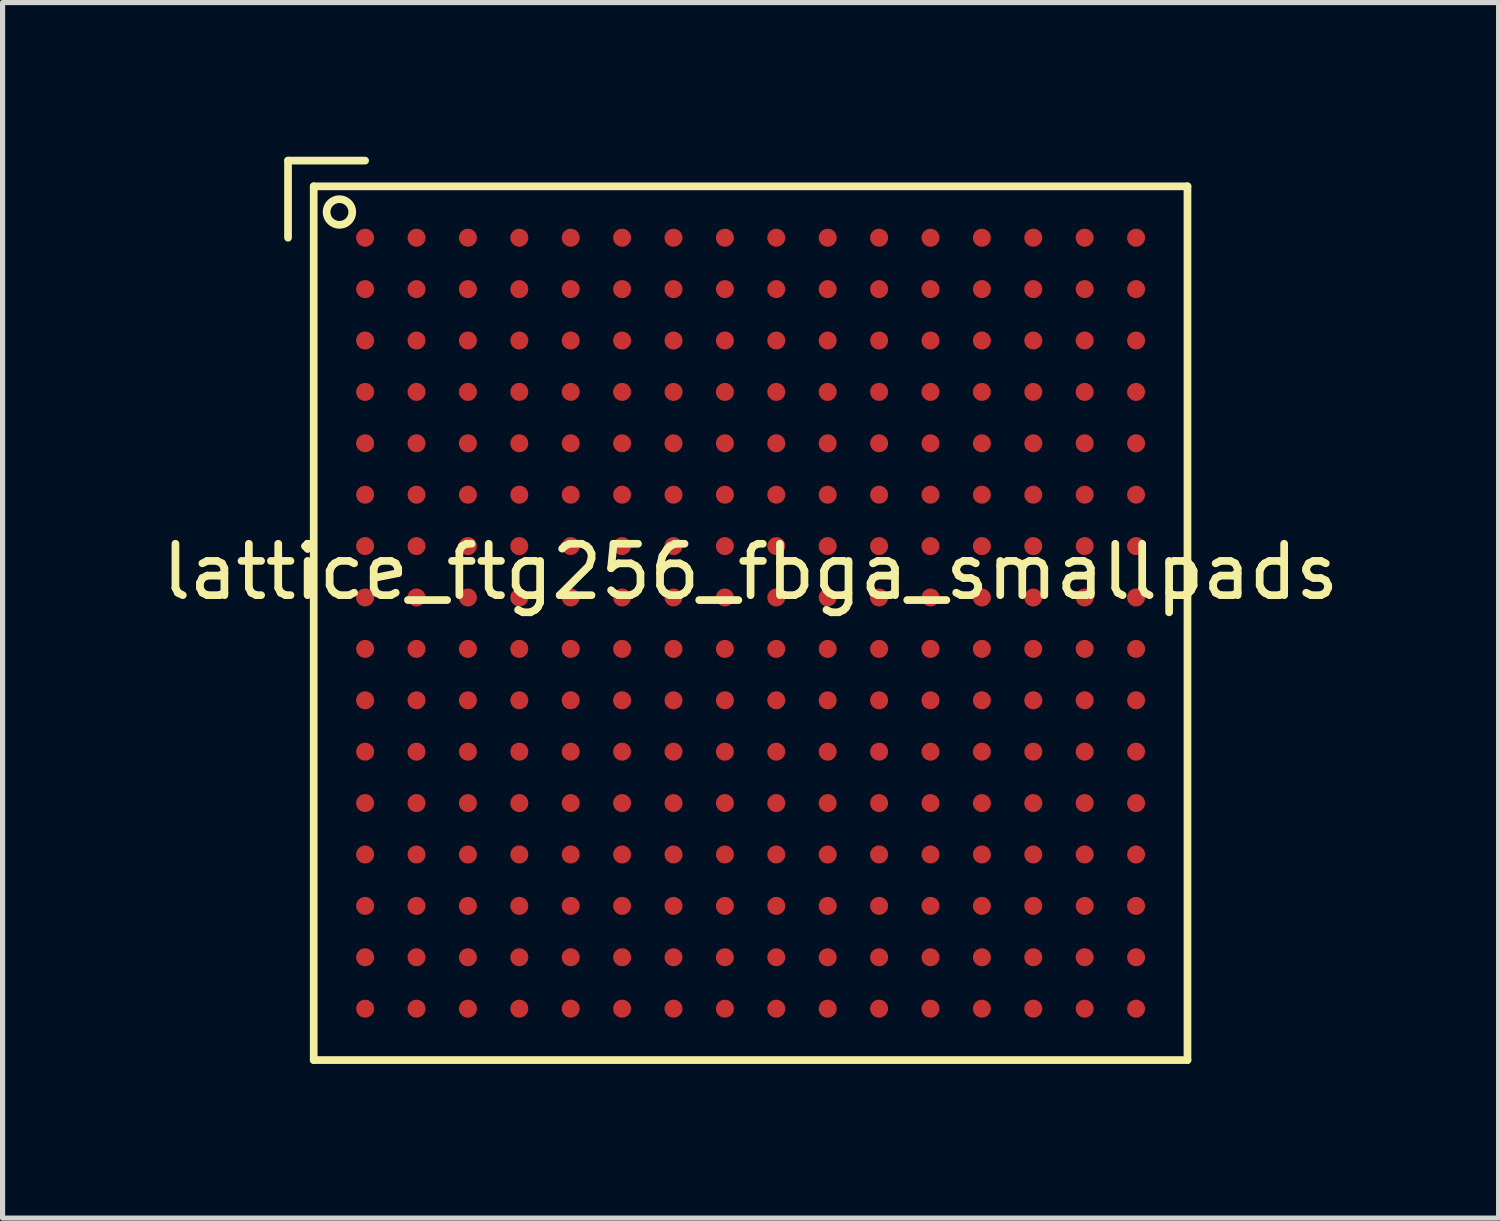
<source format=kicad_pcb>
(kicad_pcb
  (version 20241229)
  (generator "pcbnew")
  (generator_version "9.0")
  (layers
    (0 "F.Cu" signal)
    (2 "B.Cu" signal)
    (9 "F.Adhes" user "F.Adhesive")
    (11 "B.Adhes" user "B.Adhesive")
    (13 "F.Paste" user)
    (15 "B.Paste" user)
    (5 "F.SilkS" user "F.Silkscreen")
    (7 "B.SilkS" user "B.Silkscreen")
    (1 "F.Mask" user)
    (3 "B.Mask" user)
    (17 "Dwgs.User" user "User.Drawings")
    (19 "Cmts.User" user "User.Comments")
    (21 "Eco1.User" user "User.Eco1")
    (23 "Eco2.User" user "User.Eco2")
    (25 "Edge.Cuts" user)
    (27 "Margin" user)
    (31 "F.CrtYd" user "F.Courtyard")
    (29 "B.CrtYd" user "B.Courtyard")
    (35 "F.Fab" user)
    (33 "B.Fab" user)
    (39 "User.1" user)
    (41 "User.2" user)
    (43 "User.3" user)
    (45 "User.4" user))
  (footprint "lattice_ftg256_fbga_smallpads"
    (layer "F.Cu")
    (at 11.554 9.075)
    (property "Reference" "lattice_ftg256_fbga_smallpads" (at 0 -1 0) (layer "F.SilkS") (effects (font (size 1 1) (thickness 0.15))))
    (attr through_hole)
    (fp_line (start -9 -9) (end -9 -7.5) (stroke (width 0.15) (type solid)) (layer "F.SilkS"))
    (fp_line (start -9 -9) (end -7.5 -9) (stroke (width 0.15) (type solid)) (layer "F.SilkS"))
    (fp_line (start -8.5 -8.5) (end -8.5 8.5) (stroke (width 0.15) (type solid)) (layer "F.SilkS"))
    (fp_line (start -8.5 8.5) (end 8.5 8.5) (stroke (width 0.15) (type solid)) (layer "F.SilkS"))
    (fp_line (start 8.5 -8.5) (end -8.5 -8.5) (stroke (width 0.15) (type solid)) (layer "F.SilkS"))
    (fp_line (start 8.5 8.5) (end 8.5 -8.5) (stroke (width 0.15) (type solid)) (layer "F.SilkS"))
    (fp_circle (center -8 -8) (end -8 -7.75) (stroke (width 0.15) (type solid)) (fill no) (layer "F.SilkS"))
    (pad "A1" smd circle (at -7.5 -7.5) (size 0.35 0.35) (layers "F.Cu" "F.Mask" "F.Paste"))
    (pad "A2" smd circle (at -6.5 -7.5) (size 0.35 0.35) (layers "F.Cu" "F.Mask" "F.Paste"))
    (pad "A3" smd circle (at -5.5 -7.5) (size 0.35 0.35) (layers "F.Cu" "F.Mask" "F.Paste"))
    (pad "A4" smd circle (at -4.5 -7.5) (size 0.35 0.35) (layers "F.Cu" "F.Mask" "F.Paste"))
    (pad "A5" smd circle (at -3.5 -7.5) (size 0.35 0.35) (layers "F.Cu" "F.Mask" "F.Paste"))
    (pad "A6" smd circle (at -2.5 -7.5) (size 0.35 0.35) (layers "F.Cu" "F.Mask" "F.Paste"))
    (pad "A7" smd circle (at -1.5 -7.5) (size 0.35 0.35) (layers "F.Cu" "F.Mask" "F.Paste"))
    (pad "A8" smd circle (at -0.5 -7.5) (size 0.35 0.35) (layers "F.Cu" "F.Mask" "F.Paste"))
    (pad "A9" smd circle (at 0.5 -7.5) (size 0.35 0.35) (layers "F.Cu" "F.Mask" "F.Paste"))
    (pad "A10" smd circle (at 1.5 -7.5) (size 0.35 0.35) (layers "F.Cu" "F.Mask" "F.Paste"))
    (pad "A11" smd circle (at 2.5 -7.5) (size 0.35 0.35) (layers "F.Cu" "F.Mask" "F.Paste"))
    (pad "A12" smd circle (at 3.5 -7.5) (size 0.35 0.35) (layers "F.Cu" "F.Mask" "F.Paste"))
    (pad "A13" smd circle (at 4.5 -7.5) (size 0.35 0.35) (layers "F.Cu" "F.Mask" "F.Paste"))
    (pad "A14" smd circle (at 5.5 -7.5) (size 0.35 0.35) (layers "F.Cu" "F.Mask" "F.Paste"))
    (pad "A15" smd circle (at 6.5 -7.5) (size 0.35 0.35) (layers "F.Cu" "F.Mask" "F.Paste"))
    (pad "A16" smd circle (at 7.5 -7.5) (size 0.35 0.35) (layers "F.Cu" "F.Mask" "F.Paste"))
    (pad "B1" smd circle (at -7.5 -6.5) (size 0.35 0.35) (layers "F.Cu" "F.Mask" "F.Paste"))
    (pad "B2" smd circle (at -6.5 -6.5) (size 0.35 0.35) (layers "F.Cu" "F.Mask" "F.Paste"))
    (pad "B3" smd circle (at -5.5 -6.5) (size 0.35 0.35) (layers "F.Cu" "F.Mask" "F.Paste"))
    (pad "B4" smd circle (at -4.5 -6.5) (size 0.35 0.35) (layers "F.Cu" "F.Mask" "F.Paste"))
    (pad "B5" smd circle (at -3.5 -6.5) (size 0.35 0.35) (layers "F.Cu" "F.Mask" "F.Paste"))
    (pad "B6" smd circle (at -2.5 -6.5) (size 0.35 0.35) (layers "F.Cu" "F.Mask" "F.Paste"))
    (pad "B7" smd circle (at -1.5 -6.5) (size 0.35 0.35) (layers "F.Cu" "F.Mask" "F.Paste"))
    (pad "B8" smd circle (at -0.5 -6.5) (size 0.35 0.35) (layers "F.Cu" "F.Mask" "F.Paste"))
    (pad "B9" smd circle (at 0.5 -6.5) (size 0.35 0.35) (layers "F.Cu" "F.Mask" "F.Paste"))
    (pad "B10" smd circle (at 1.5 -6.5) (size 0.35 0.35) (layers "F.Cu" "F.Mask" "F.Paste"))
    (pad "B11" smd circle (at 2.5 -6.5) (size 0.35 0.35) (layers "F.Cu" "F.Mask" "F.Paste"))
    (pad "B12" smd circle (at 3.5 -6.5) (size 0.35 0.35) (layers "F.Cu" "F.Mask" "F.Paste"))
    (pad "B13" smd circle (at 4.5 -6.5) (size 0.35 0.35) (layers "F.Cu" "F.Mask" "F.Paste"))
    (pad "B14" smd circle (at 5.5 -6.5) (size 0.35 0.35) (layers "F.Cu" "F.Mask" "F.Paste"))
    (pad "B15" smd circle (at 6.5 -6.5) (size 0.35 0.35) (layers "F.Cu" "F.Mask" "F.Paste"))
    (pad "B16" smd circle (at 7.5 -6.5) (size 0.35 0.35) (layers "F.Cu" "F.Mask" "F.Paste"))
    (pad "C1" smd circle (at -7.5 -5.5) (size 0.35 0.35) (layers "F.Cu" "F.Mask" "F.Paste"))
    (pad "C2" smd circle (at -6.5 -5.5) (size 0.35 0.35) (layers "F.Cu" "F.Mask" "F.Paste"))
    (pad "C3" smd circle (at -5.5 -5.5) (size 0.35 0.35) (layers "F.Cu" "F.Mask" "F.Paste"))
    (pad "C4" smd circle (at -4.5 -5.5) (size 0.35 0.35) (layers "F.Cu" "F.Mask" "F.Paste"))
    (pad "C5" smd circle (at -3.5 -5.5) (size 0.35 0.35) (layers "F.Cu" "F.Mask" "F.Paste"))
    (pad "C6" smd circle (at -2.5 -5.5) (size 0.35 0.35) (layers "F.Cu" "F.Mask" "F.Paste"))
    (pad "C7" smd circle (at -1.5 -5.5) (size 0.35 0.35) (layers "F.Cu" "F.Mask" "F.Paste"))
    (pad "C8" smd circle (at -0.5 -5.5) (size 0.35 0.35) (layers "F.Cu" "F.Mask" "F.Paste"))
    (pad "C9" smd circle (at 0.5 -5.5) (size 0.35 0.35) (layers "F.Cu" "F.Mask" "F.Paste"))
    (pad "C10" smd circle (at 1.5 -5.5) (size 0.35 0.35) (layers "F.Cu" "F.Mask" "F.Paste"))
    (pad "C11" smd circle (at 2.5 -5.5) (size 0.35 0.35) (layers "F.Cu" "F.Mask" "F.Paste"))
    (pad "C12" smd circle (at 3.5 -5.5) (size 0.35 0.35) (layers "F.Cu" "F.Mask" "F.Paste"))
    (pad "C13" smd circle (at 4.5 -5.5) (size 0.35 0.35) (layers "F.Cu" "F.Mask" "F.Paste"))
    (pad "C14" smd circle (at 5.5 -5.5) (size 0.35 0.35) (layers "F.Cu" "F.Mask" "F.Paste"))
    (pad "C15" smd circle (at 6.5 -5.5) (size 0.35 0.35) (layers "F.Cu" "F.Mask" "F.Paste"))
    (pad "C16" smd circle (at 7.5 -5.5) (size 0.35 0.35) (layers "F.Cu" "F.Mask" "F.Paste"))
    (pad "D1" smd circle (at -7.5 -4.5) (size 0.35 0.35) (layers "F.Cu" "F.Mask" "F.Paste"))
    (pad "D2" smd circle (at -6.5 -4.5) (size 0.35 0.35) (layers "F.Cu" "F.Mask" "F.Paste"))
    (pad "D3" smd circle (at -5.5 -4.5) (size 0.35 0.35) (layers "F.Cu" "F.Mask" "F.Paste"))
    (pad "D4" smd circle (at -4.5 -4.5) (size 0.35 0.35) (layers "F.Cu" "F.Mask" "F.Paste"))
    (pad "D5" smd circle (at -3.5 -4.5) (size 0.35 0.35) (layers "F.Cu" "F.Mask" "F.Paste"))
    (pad "D6" smd circle (at -2.5 -4.5) (size 0.35 0.35) (layers "F.Cu" "F.Mask" "F.Paste"))
    (pad "D7" smd circle (at -1.5 -4.5) (size 0.35 0.35) (layers "F.Cu" "F.Mask" "F.Paste"))
    (pad "D8" smd circle (at -0.5 -4.5) (size 0.35 0.35) (layers "F.Cu" "F.Mask" "F.Paste"))
    (pad "D9" smd circle (at 0.5 -4.5) (size 0.35 0.35) (layers "F.Cu" "F.Mask" "F.Paste"))
    (pad "D10" smd circle (at 1.5 -4.5) (size 0.35 0.35) (layers "F.Cu" "F.Mask" "F.Paste"))
    (pad "D11" smd circle (at 2.5 -4.5) (size 0.35 0.35) (layers "F.Cu" "F.Mask" "F.Paste"))
    (pad "D12" smd circle (at 3.5 -4.5) (size 0.35 0.35) (layers "F.Cu" "F.Mask" "F.Paste"))
    (pad "D13" smd circle (at 4.5 -4.5) (size 0.35 0.35) (layers "F.Cu" "F.Mask" "F.Paste"))
    (pad "D14" smd circle (at 5.5 -4.5) (size 0.35 0.35) (layers "F.Cu" "F.Mask" "F.Paste"))
    (pad "D15" smd circle (at 6.5 -4.5) (size 0.35 0.35) (layers "F.Cu" "F.Mask" "F.Paste"))
    (pad "D16" smd circle (at 7.5 -4.5) (size 0.35 0.35) (layers "F.Cu" "F.Mask" "F.Paste"))
    (pad "E1" smd circle (at -7.5 -3.5) (size 0.35 0.35) (layers "F.Cu" "F.Mask" "F.Paste"))
    (pad "E2" smd circle (at -6.5 -3.5) (size 0.35 0.35) (layers "F.Cu" "F.Mask" "F.Paste"))
    (pad "E3" smd circle (at -5.5 -3.5) (size 0.35 0.35) (layers "F.Cu" "F.Mask" "F.Paste"))
    (pad "E4" smd circle (at -4.5 -3.5) (size 0.35 0.35) (layers "F.Cu" "F.Mask" "F.Paste"))
    (pad "E5" smd circle (at -3.5 -3.5) (size 0.35 0.35) (layers "F.Cu" "F.Mask" "F.Paste"))
    (pad "E6" smd circle (at -2.5 -3.5) (size 0.35 0.35) (layers "F.Cu" "F.Mask" "F.Paste"))
    (pad "E7" smd circle (at -1.5 -3.5) (size 0.35 0.35) (layers "F.Cu" "F.Mask" "F.Paste"))
    (pad "E8" smd circle (at -0.5 -3.5) (size 0.35 0.35) (layers "F.Cu" "F.Mask" "F.Paste"))
    (pad "E9" smd circle (at 0.5 -3.5) (size 0.35 0.35) (layers "F.Cu" "F.Mask" "F.Paste"))
    (pad "E10" smd circle (at 1.5 -3.5) (size 0.35 0.35) (layers "F.Cu" "F.Mask" "F.Paste"))
    (pad "E11" smd circle (at 2.5 -3.5) (size 0.35 0.35) (layers "F.Cu" "F.Mask" "F.Paste"))
    (pad "E12" smd circle (at 3.5 -3.5) (size 0.35 0.35) (layers "F.Cu" "F.Mask" "F.Paste"))
    (pad "E13" smd circle (at 4.5 -3.5) (size 0.35 0.35) (layers "F.Cu" "F.Mask" "F.Paste"))
    (pad "E14" smd circle (at 5.5 -3.5) (size 0.35 0.35) (layers "F.Cu" "F.Mask" "F.Paste"))
    (pad "E15" smd circle (at 6.5 -3.5) (size 0.35 0.35) (layers "F.Cu" "F.Mask" "F.Paste"))
    (pad "E16" smd circle (at 7.5 -3.5) (size 0.35 0.35) (layers "F.Cu" "F.Mask" "F.Paste"))
    (pad "F1" smd circle (at -7.5 -2.5) (size 0.35 0.35) (layers "F.Cu" "F.Mask" "F.Paste"))
    (pad "F2" smd circle (at -6.5 -2.5) (size 0.35 0.35) (layers "F.Cu" "F.Mask" "F.Paste"))
    (pad "F3" smd circle (at -5.5 -2.5) (size 0.35 0.35) (layers "F.Cu" "F.Mask" "F.Paste"))
    (pad "F4" smd circle (at -4.5 -2.5) (size 0.35 0.35) (layers "F.Cu" "F.Mask" "F.Paste"))
    (pad "F5" smd circle (at -3.5 -2.5) (size 0.35 0.35) (layers "F.Cu" "F.Mask" "F.Paste"))
    (pad "F6" smd circle (at -2.5 -2.5) (size 0.35 0.35) (layers "F.Cu" "F.Mask" "F.Paste"))
    (pad "F7" smd circle (at -1.5 -2.5) (size 0.35 0.35) (layers "F.Cu" "F.Mask" "F.Paste"))
    (pad "F8" smd circle (at -0.5 -2.5) (size 0.35 0.35) (layers "F.Cu" "F.Mask" "F.Paste"))
    (pad "F9" smd circle (at 0.5 -2.5) (size 0.35 0.35) (layers "F.Cu" "F.Mask" "F.Paste"))
    (pad "F10" smd circle (at 1.5 -2.5) (size 0.35 0.35) (layers "F.Cu" "F.Mask" "F.Paste"))
    (pad "F11" smd circle (at 2.5 -2.5) (size 0.35 0.35) (layers "F.Cu" "F.Mask" "F.Paste"))
    (pad "F12" smd circle (at 3.5 -2.5) (size 0.35 0.35) (layers "F.Cu" "F.Mask" "F.Paste"))
    (pad "F13" smd circle (at 4.5 -2.5) (size 0.35 0.35) (layers "F.Cu" "F.Mask" "F.Paste"))
    (pad "F14" smd circle (at 5.5 -2.5) (size 0.35 0.35) (layers "F.Cu" "F.Mask" "F.Paste"))
    (pad "F15" smd circle (at 6.5 -2.5) (size 0.35 0.35) (layers "F.Cu" "F.Mask" "F.Paste"))
    (pad "F16" smd circle (at 7.5 -2.5) (size 0.35 0.35) (layers "F.Cu" "F.Mask" "F.Paste"))
    (pad "G1" smd circle (at -7.5 -1.5) (size 0.35 0.35) (layers "F.Cu" "F.Mask" "F.Paste"))
    (pad "G2" smd circle (at -6.5 -1.5) (size 0.35 0.35) (layers "F.Cu" "F.Mask" "F.Paste"))
    (pad "G3" smd circle (at -5.5 -1.5) (size 0.35 0.35) (layers "F.Cu" "F.Mask" "F.Paste"))
    (pad "G4" smd circle (at -4.5 -1.5) (size 0.35 0.35) (layers "F.Cu" "F.Mask" "F.Paste"))
    (pad "G5" smd circle (at -3.5 -1.5) (size 0.35 0.35) (layers "F.Cu" "F.Mask" "F.Paste"))
    (pad "G6" smd circle (at -2.5 -1.5) (size 0.35 0.35) (layers "F.Cu" "F.Mask" "F.Paste"))
    (pad "G7" smd circle (at -1.5 -1.5) (size 0.35 0.35) (layers "F.Cu" "F.Mask" "F.Paste"))
    (pad "G8" smd circle (at -0.5 -1.5) (size 0.35 0.35) (layers "F.Cu" "F.Mask" "F.Paste"))
    (pad "G9" smd circle (at 0.5 -1.5) (size 0.35 0.35) (layers "F.Cu" "F.Mask" "F.Paste"))
    (pad "G10" smd circle (at 1.5 -1.5) (size 0.35 0.35) (layers "F.Cu" "F.Mask" "F.Paste"))
    (pad "G11" smd circle (at 2.5 -1.5) (size 0.35 0.35) (layers "F.Cu" "F.Mask" "F.Paste"))
    (pad "G12" smd circle (at 3.5 -1.5) (size 0.35 0.35) (layers "F.Cu" "F.Mask" "F.Paste"))
    (pad "G13" smd circle (at 4.5 -1.5) (size 0.35 0.35) (layers "F.Cu" "F.Mask" "F.Paste"))
    (pad "G14" smd circle (at 5.5 -1.5) (size 0.35 0.35) (layers "F.Cu" "F.Mask" "F.Paste"))
    (pad "G15" smd circle (at 6.5 -1.5) (size 0.35 0.35) (layers "F.Cu" "F.Mask" "F.Paste"))
    (pad "G16" smd circle (at 7.5 -1.5) (size 0.35 0.35) (layers "F.Cu" "F.Mask" "F.Paste"))
    (pad "H1" smd circle (at -7.5 -0.5) (size 0.35 0.35) (layers "F.Cu" "F.Mask" "F.Paste"))
    (pad "H2" smd circle (at -6.5 -0.5) (size 0.35 0.35) (layers "F.Cu" "F.Mask" "F.Paste"))
    (pad "H3" smd circle (at -5.5 -0.5) (size 0.35 0.35) (layers "F.Cu" "F.Mask" "F.Paste"))
    (pad "H4" smd circle (at -4.5 -0.5) (size 0.35 0.35) (layers "F.Cu" "F.Mask" "F.Paste"))
    (pad "H5" smd circle (at -3.5 -0.5) (size 0.35 0.35) (layers "F.Cu" "F.Mask" "F.Paste"))
    (pad "H6" smd circle (at -2.5 -0.5) (size 0.35 0.35) (layers "F.Cu" "F.Mask" "F.Paste"))
    (pad "H7" smd circle (at -1.5 -0.5) (size 0.35 0.35) (layers "F.Cu" "F.Mask" "F.Paste"))
    (pad "H8" smd circle (at -0.5 -0.5) (size 0.35 0.35) (layers "F.Cu" "F.Mask" "F.Paste"))
    (pad "H9" smd circle (at 0.5 -0.5) (size 0.35 0.35) (layers "F.Cu" "F.Mask" "F.Paste"))
    (pad "H10" smd circle (at 1.5 -0.5) (size 0.35 0.35) (layers "F.Cu" "F.Mask" "F.Paste"))
    (pad "H11" smd circle (at 2.5 -0.5) (size 0.35 0.35) (layers "F.Cu" "F.Mask" "F.Paste"))
    (pad "H12" smd circle (at 3.5 -0.5) (size 0.35 0.35) (layers "F.Cu" "F.Mask" "F.Paste"))
    (pad "H13" smd circle (at 4.5 -0.5) (size 0.35 0.35) (layers "F.Cu" "F.Mask" "F.Paste"))
    (pad "H14" smd circle (at 5.5 -0.5) (size 0.35 0.35) (layers "F.Cu" "F.Mask" "F.Paste"))
    (pad "H15" smd circle (at 6.5 -0.5) (size 0.35 0.35) (layers "F.Cu" "F.Mask" "F.Paste"))
    (pad "H16" smd circle (at 7.5 -0.5) (size 0.35 0.35) (layers "F.Cu" "F.Mask" "F.Paste"))
    (pad "J1" smd circle (at -7.5 0.5) (size 0.35 0.35) (layers "F.Cu" "F.Mask" "F.Paste"))
    (pad "J2" smd circle (at -6.5 0.5) (size 0.35 0.35) (layers "F.Cu" "F.Mask" "F.Paste"))
    (pad "J3" smd circle (at -5.5 0.5) (size 0.35 0.35) (layers "F.Cu" "F.Mask" "F.Paste"))
    (pad "J4" smd circle (at -4.5 0.5) (size 0.35 0.35) (layers "F.Cu" "F.Mask" "F.Paste"))
    (pad "J5" smd circle (at -3.5 0.5) (size 0.35 0.35) (layers "F.Cu" "F.Mask" "F.Paste"))
    (pad "J6" smd circle (at -2.5 0.5) (size 0.35 0.35) (layers "F.Cu" "F.Mask" "F.Paste"))
    (pad "J7" smd circle (at -1.5 0.5) (size 0.35 0.35) (layers "F.Cu" "F.Mask" "F.Paste"))
    (pad "J8" smd circle (at -0.5 0.5) (size 0.35 0.35) (layers "F.Cu" "F.Mask" "F.Paste"))
    (pad "J9" smd circle (at 0.5 0.5) (size 0.35 0.35) (layers "F.Cu" "F.Mask" "F.Paste"))
    (pad "J10" smd circle (at 1.5 0.5) (size 0.35 0.35) (layers "F.Cu" "F.Mask" "F.Paste"))
    (pad "J11" smd circle (at 2.5 0.5) (size 0.35 0.35) (layers "F.Cu" "F.Mask" "F.Paste"))
    (pad "J12" smd circle (at 3.5 0.5) (size 0.35 0.35) (layers "F.Cu" "F.Mask" "F.Paste"))
    (pad "J13" smd circle (at 4.5 0.5) (size 0.35 0.35) (layers "F.Cu" "F.Mask" "F.Paste"))
    (pad "J14" smd circle (at 5.5 0.5) (size 0.35 0.35) (layers "F.Cu" "F.Mask" "F.Paste"))
    (pad "J15" smd circle (at 6.5 0.5) (size 0.35 0.35) (layers "F.Cu" "F.Mask" "F.Paste"))
    (pad "J16" smd circle (at 7.5 0.5) (size 0.35 0.35) (layers "F.Cu" "F.Mask" "F.Paste"))
    (pad "K1" smd circle (at -7.5 1.5) (size 0.35 0.35) (layers "F.Cu" "F.Mask" "F.Paste"))
    (pad "K2" smd circle (at -6.5 1.5) (size 0.35 0.35) (layers "F.Cu" "F.Mask" "F.Paste"))
    (pad "K3" smd circle (at -5.5 1.5) (size 0.35 0.35) (layers "F.Cu" "F.Mask" "F.Paste"))
    (pad "K4" smd circle (at -4.5 1.5) (size 0.35 0.35) (layers "F.Cu" "F.Mask" "F.Paste"))
    (pad "K5" smd circle (at -3.5 1.5) (size 0.35 0.35) (layers "F.Cu" "F.Mask" "F.Paste"))
    (pad "K6" smd circle (at -2.5 1.5) (size 0.35 0.35) (layers "F.Cu" "F.Mask" "F.Paste"))
    (pad "K7" smd circle (at -1.5 1.5) (size 0.35 0.35) (layers "F.Cu" "F.Mask" "F.Paste"))
    (pad "K8" smd circle (at -0.5 1.5) (size 0.35 0.35) (layers "F.Cu" "F.Mask" "F.Paste"))
    (pad "K9" smd circle (at 0.5 1.5) (size 0.35 0.35) (layers "F.Cu" "F.Mask" "F.Paste"))
    (pad "K10" smd circle (at 1.5 1.5) (size 0.35 0.35) (layers "F.Cu" "F.Mask" "F.Paste"))
    (pad "K11" smd circle (at 2.5 1.5) (size 0.35 0.35) (layers "F.Cu" "F.Mask" "F.Paste"))
    (pad "K12" smd circle (at 3.5 1.5) (size 0.35 0.35) (layers "F.Cu" "F.Mask" "F.Paste"))
    (pad "K13" smd circle (at 4.5 1.5) (size 0.35 0.35) (layers "F.Cu" "F.Mask" "F.Paste"))
    (pad "K14" smd circle (at 5.5 1.5) (size 0.35 0.35) (layers "F.Cu" "F.Mask" "F.Paste"))
    (pad "K15" smd circle (at 6.5 1.5) (size 0.35 0.35) (layers "F.Cu" "F.Mask" "F.Paste"))
    (pad "K16" smd circle (at 7.5 1.5) (size 0.35 0.35) (layers "F.Cu" "F.Mask" "F.Paste"))
    (pad "L1" smd circle (at -7.5 2.5) (size 0.35 0.35) (layers "F.Cu" "F.Mask" "F.Paste"))
    (pad "L2" smd circle (at -6.5 2.5) (size 0.35 0.35) (layers "F.Cu" "F.Mask" "F.Paste"))
    (pad "L3" smd circle (at -5.5 2.5) (size 0.35 0.35) (layers "F.Cu" "F.Mask" "F.Paste"))
    (pad "L4" smd circle (at -4.5 2.5) (size 0.35 0.35) (layers "F.Cu" "F.Mask" "F.Paste"))
    (pad "L5" smd circle (at -3.5 2.5) (size 0.35 0.35) (layers "F.Cu" "F.Mask" "F.Paste"))
    (pad "L6" smd circle (at -2.5 2.5) (size 0.35 0.35) (layers "F.Cu" "F.Mask" "F.Paste"))
    (pad "L7" smd circle (at -1.5 2.5) (size 0.35 0.35) (layers "F.Cu" "F.Mask" "F.Paste"))
    (pad "L8" smd circle (at -0.5 2.5) (size 0.35 0.35) (layers "F.Cu" "F.Mask" "F.Paste"))
    (pad "L9" smd circle (at 0.5 2.5) (size 0.35 0.35) (layers "F.Cu" "F.Mask" "F.Paste"))
    (pad "L10" smd circle (at 1.5 2.5) (size 0.35 0.35) (layers "F.Cu" "F.Mask" "F.Paste"))
    (pad "L11" smd circle (at 2.5 2.5) (size 0.35 0.35) (layers "F.Cu" "F.Mask" "F.Paste"))
    (pad "L12" smd circle (at 3.5 2.5) (size 0.35 0.35) (layers "F.Cu" "F.Mask" "F.Paste"))
    (pad "L13" smd circle (at 4.5 2.5) (size 0.35 0.35) (layers "F.Cu" "F.Mask" "F.Paste"))
    (pad "L14" smd circle (at 5.5 2.5) (size 0.35 0.35) (layers "F.Cu" "F.Mask" "F.Paste"))
    (pad "L15" smd circle (at 6.5 2.5) (size 0.35 0.35) (layers "F.Cu" "F.Mask" "F.Paste"))
    (pad "L16" smd circle (at 7.5 2.5) (size 0.35 0.35) (layers "F.Cu" "F.Mask" "F.Paste"))
    (pad "M1" smd circle (at -7.5 3.5) (size 0.35 0.35) (layers "F.Cu" "F.Mask" "F.Paste"))
    (pad "M2" smd circle (at -6.5 3.5) (size 0.35 0.35) (layers "F.Cu" "F.Mask" "F.Paste"))
    (pad "M3" smd circle (at -5.5 3.5) (size 0.35 0.35) (layers "F.Cu" "F.Mask" "F.Paste"))
    (pad "M4" smd circle (at -4.5 3.5) (size 0.35 0.35) (layers "F.Cu" "F.Mask" "F.Paste"))
    (pad "M5" smd circle (at -3.5 3.5) (size 0.35 0.35) (layers "F.Cu" "F.Mask" "F.Paste"))
    (pad "M6" smd circle (at -2.5 3.5) (size 0.35 0.35) (layers "F.Cu" "F.Mask" "F.Paste"))
    (pad "M7" smd circle (at -1.5 3.5) (size 0.35 0.35) (layers "F.Cu" "F.Mask" "F.Paste"))
    (pad "M8" smd circle (at -0.5 3.5) (size 0.35 0.35) (layers "F.Cu" "F.Mask" "F.Paste"))
    (pad "M9" smd circle (at 0.5 3.5) (size 0.35 0.35) (layers "F.Cu" "F.Mask" "F.Paste"))
    (pad "M10" smd circle (at 1.5 3.5) (size 0.35 0.35) (layers "F.Cu" "F.Mask" "F.Paste"))
    (pad "M11" smd circle (at 2.5 3.5) (size 0.35 0.35) (layers "F.Cu" "F.Mask" "F.Paste"))
    (pad "M12" smd circle (at 3.5 3.5) (size 0.35 0.35) (layers "F.Cu" "F.Mask" "F.Paste"))
    (pad "M13" smd circle (at 4.5 3.5) (size 0.35 0.35) (layers "F.Cu" "F.Mask" "F.Paste"))
    (pad "M14" smd circle (at 5.5 3.5) (size 0.35 0.35) (layers "F.Cu" "F.Mask" "F.Paste"))
    (pad "M15" smd circle (at 6.5 3.5) (size 0.35 0.35) (layers "F.Cu" "F.Mask" "F.Paste"))
    (pad "M16" smd circle (at 7.5 3.5) (size 0.35 0.35) (layers "F.Cu" "F.Mask" "F.Paste"))
    (pad "N1" smd circle (at -7.5 4.5) (size 0.35 0.35) (layers "F.Cu" "F.Mask" "F.Paste"))
    (pad "N2" smd circle (at -6.5 4.5) (size 0.35 0.35) (layers "F.Cu" "F.Mask" "F.Paste"))
    (pad "N3" smd circle (at -5.5 4.5) (size 0.35 0.35) (layers "F.Cu" "F.Mask" "F.Paste"))
    (pad "N4" smd circle (at -4.5 4.5) (size 0.35 0.35) (layers "F.Cu" "F.Mask" "F.Paste"))
    (pad "N5" smd circle (at -3.5 4.5) (size 0.35 0.35) (layers "F.Cu" "F.Mask" "F.Paste"))
    (pad "N6" smd circle (at -2.5 4.5) (size 0.35 0.35) (layers "F.Cu" "F.Mask" "F.Paste"))
    (pad "N7" smd circle (at -1.5 4.5) (size 0.35 0.35) (layers "F.Cu" "F.Mask" "F.Paste"))
    (pad "N8" smd circle (at -0.5 4.5) (size 0.35 0.35) (layers "F.Cu" "F.Mask" "F.Paste"))
    (pad "N9" smd circle (at 0.5 4.5) (size 0.35 0.35) (layers "F.Cu" "F.Mask" "F.Paste"))
    (pad "N10" smd circle (at 1.5 4.5) (size 0.35 0.35) (layers "F.Cu" "F.Mask" "F.Paste"))
    (pad "N11" smd circle (at 2.5 4.5) (size 0.35 0.35) (layers "F.Cu" "F.Mask" "F.Paste"))
    (pad "N12" smd circle (at 3.5 4.5) (size 0.35 0.35) (layers "F.Cu" "F.Mask" "F.Paste"))
    (pad "N13" smd circle (at 4.5 4.5) (size 0.35 0.35) (layers "F.Cu" "F.Mask" "F.Paste"))
    (pad "N14" smd circle (at 5.5 4.5) (size 0.35 0.35) (layers "F.Cu" "F.Mask" "F.Paste"))
    (pad "N15" smd circle (at 6.5 4.5) (size 0.35 0.35) (layers "F.Cu" "F.Mask" "F.Paste"))
    (pad "N16" smd circle (at 7.5 4.5) (size 0.35 0.35) (layers "F.Cu" "F.Mask" "F.Paste"))
    (pad "P1" smd circle (at -7.5 5.5) (size 0.35 0.35) (layers "F.Cu" "F.Mask" "F.Paste"))
    (pad "P2" smd circle (at -6.5 5.5) (size 0.35 0.35) (layers "F.Cu" "F.Mask" "F.Paste"))
    (pad "P3" smd circle (at -5.5 5.5) (size 0.35 0.35) (layers "F.Cu" "F.Mask" "F.Paste"))
    (pad "P4" smd circle (at -4.5 5.5) (size 0.35 0.35) (layers "F.Cu" "F.Mask" "F.Paste"))
    (pad "P5" smd circle (at -3.5 5.5) (size 0.35 0.35) (layers "F.Cu" "F.Mask" "F.Paste"))
    (pad "P6" smd circle (at -2.5 5.5) (size 0.35 0.35) (layers "F.Cu" "F.Mask" "F.Paste"))
    (pad "P7" smd circle (at -1.5 5.5) (size 0.35 0.35) (layers "F.Cu" "F.Mask" "F.Paste"))
    (pad "P8" smd circle (at -0.5 5.5) (size 0.35 0.35) (layers "F.Cu" "F.Mask" "F.Paste"))
    (pad "P9" smd circle (at 0.5 5.5) (size 0.35 0.35) (layers "F.Cu" "F.Mask" "F.Paste"))
    (pad "P10" smd circle (at 1.5 5.5) (size 0.35 0.35) (layers "F.Cu" "F.Mask" "F.Paste"))
    (pad "P11" smd circle (at 2.5 5.5) (size 0.35 0.35) (layers "F.Cu" "F.Mask" "F.Paste"))
    (pad "P12" smd circle (at 3.5 5.5) (size 0.35 0.35) (layers "F.Cu" "F.Mask" "F.Paste"))
    (pad "P13" smd circle (at 4.5 5.5) (size 0.35 0.35) (layers "F.Cu" "F.Mask" "F.Paste"))
    (pad "P14" smd circle (at 5.5 5.5) (size 0.35 0.35) (layers "F.Cu" "F.Mask" "F.Paste"))
    (pad "P15" smd circle (at 6.5 5.5) (size 0.35 0.35) (layers "F.Cu" "F.Mask" "F.Paste"))
    (pad "P16" smd circle (at 7.5 5.5) (size 0.35 0.35) (layers "F.Cu" "F.Mask" "F.Paste"))
    (pad "R1" smd circle (at -7.5 6.5) (size 0.35 0.35) (layers "F.Cu" "F.Mask" "F.Paste"))
    (pad "R2" smd circle (at -6.5 6.5) (size 0.35 0.35) (layers "F.Cu" "F.Mask" "F.Paste"))
    (pad "R3" smd circle (at -5.5 6.5) (size 0.35 0.35) (layers "F.Cu" "F.Mask" "F.Paste"))
    (pad "R4" smd circle (at -4.5 6.5) (size 0.35 0.35) (layers "F.Cu" "F.Mask" "F.Paste"))
    (pad "R5" smd circle (at -3.5 6.5) (size 0.35 0.35) (layers "F.Cu" "F.Mask" "F.Paste"))
    (pad "R6" smd circle (at -2.5 6.5) (size 0.35 0.35) (layers "F.Cu" "F.Mask" "F.Paste"))
    (pad "R7" smd circle (at -1.5 6.5) (size 0.35 0.35) (layers "F.Cu" "F.Mask" "F.Paste"))
    (pad "R8" smd circle (at -0.5 6.5) (size 0.35 0.35) (layers "F.Cu" "F.Mask" "F.Paste"))
    (pad "R9" smd circle (at 0.5 6.5) (size 0.35 0.35) (layers "F.Cu" "F.Mask" "F.Paste"))
    (pad "R10" smd circle (at 1.5 6.5) (size 0.35 0.35) (layers "F.Cu" "F.Mask" "F.Paste"))
    (pad "R11" smd circle (at 2.5 6.5) (size 0.35 0.35) (layers "F.Cu" "F.Mask" "F.Paste"))
    (pad "R12" smd circle (at 3.5 6.5) (size 0.35 0.35) (layers "F.Cu" "F.Mask" "F.Paste"))
    (pad "R13" smd circle (at 4.5 6.5) (size 0.35 0.35) (layers "F.Cu" "F.Mask" "F.Paste"))
    (pad "R14" smd circle (at 5.5 6.5) (size 0.35 0.35) (layers "F.Cu" "F.Mask" "F.Paste"))
    (pad "R15" smd circle (at 6.5 6.5) (size 0.35 0.35) (layers "F.Cu" "F.Mask" "F.Paste"))
    (pad "R16" smd circle (at 7.5 6.5) (size 0.35 0.35) (layers "F.Cu" "F.Mask" "F.Paste"))
    (pad "T1" smd circle (at -7.5 7.5) (size 0.35 0.35) (layers "F.Cu" "F.Mask" "F.Paste"))
    (pad "T2" smd circle (at -6.5 7.5) (size 0.35 0.35) (layers "F.Cu" "F.Mask" "F.Paste"))
    (pad "T3" smd circle (at -5.5 7.5) (size 0.35 0.35) (layers "F.Cu" "F.Mask" "F.Paste"))
    (pad "T4" smd circle (at -4.5 7.5) (size 0.35 0.35) (layers "F.Cu" "F.Mask" "F.Paste"))
    (pad "T5" smd circle (at -3.5 7.5) (size 0.35 0.35) (layers "F.Cu" "F.Mask" "F.Paste"))
    (pad "T6" smd circle (at -2.5 7.5) (size 0.35 0.35) (layers "F.Cu" "F.Mask" "F.Paste"))
    (pad "T7" smd circle (at -1.5 7.5) (size 0.35 0.35) (layers "F.Cu" "F.Mask" "F.Paste"))
    (pad "T8" smd circle (at -0.5 7.5) (size 0.35 0.35) (layers "F.Cu" "F.Mask" "F.Paste"))
    (pad "T9" smd circle (at 0.5 7.5) (size 0.35 0.35) (layers "F.Cu" "F.Mask" "F.Paste"))
    (pad "T10" smd circle (at 1.5 7.5) (size 0.35 0.35) (layers "F.Cu" "F.Mask" "F.Paste"))
    (pad "T11" smd circle (at 2.5 7.5) (size 0.35 0.35) (layers "F.Cu" "F.Mask" "F.Paste"))
    (pad "T12" smd circle (at 3.5 7.5) (size 0.35 0.35) (layers "F.Cu" "F.Mask" "F.Paste"))
    (pad "T13" smd circle (at 4.5 7.5) (size 0.35 0.35) (layers "F.Cu" "F.Mask" "F.Paste"))
    (pad "T14" smd circle (at 5.5 7.5) (size 0.35 0.35) (layers "F.Cu" "F.Mask" "F.Paste"))
    (pad "T15" smd circle (at 6.5 7.5) (size 0.35 0.35) (layers "F.Cu" "F.Mask" "F.Paste"))
    (pad "T16" smd circle (at 7.5 7.5) (size 0.35 0.35) (layers "F.Cu" "F.Mask" "F.Paste")))
  (gr_rect
    (start -3 -3)
    (end 26.107 20.65)
    (stroke (width 0.1) (type default))
    (fill no)
    (layer "Edge.Cuts")))
</source>
